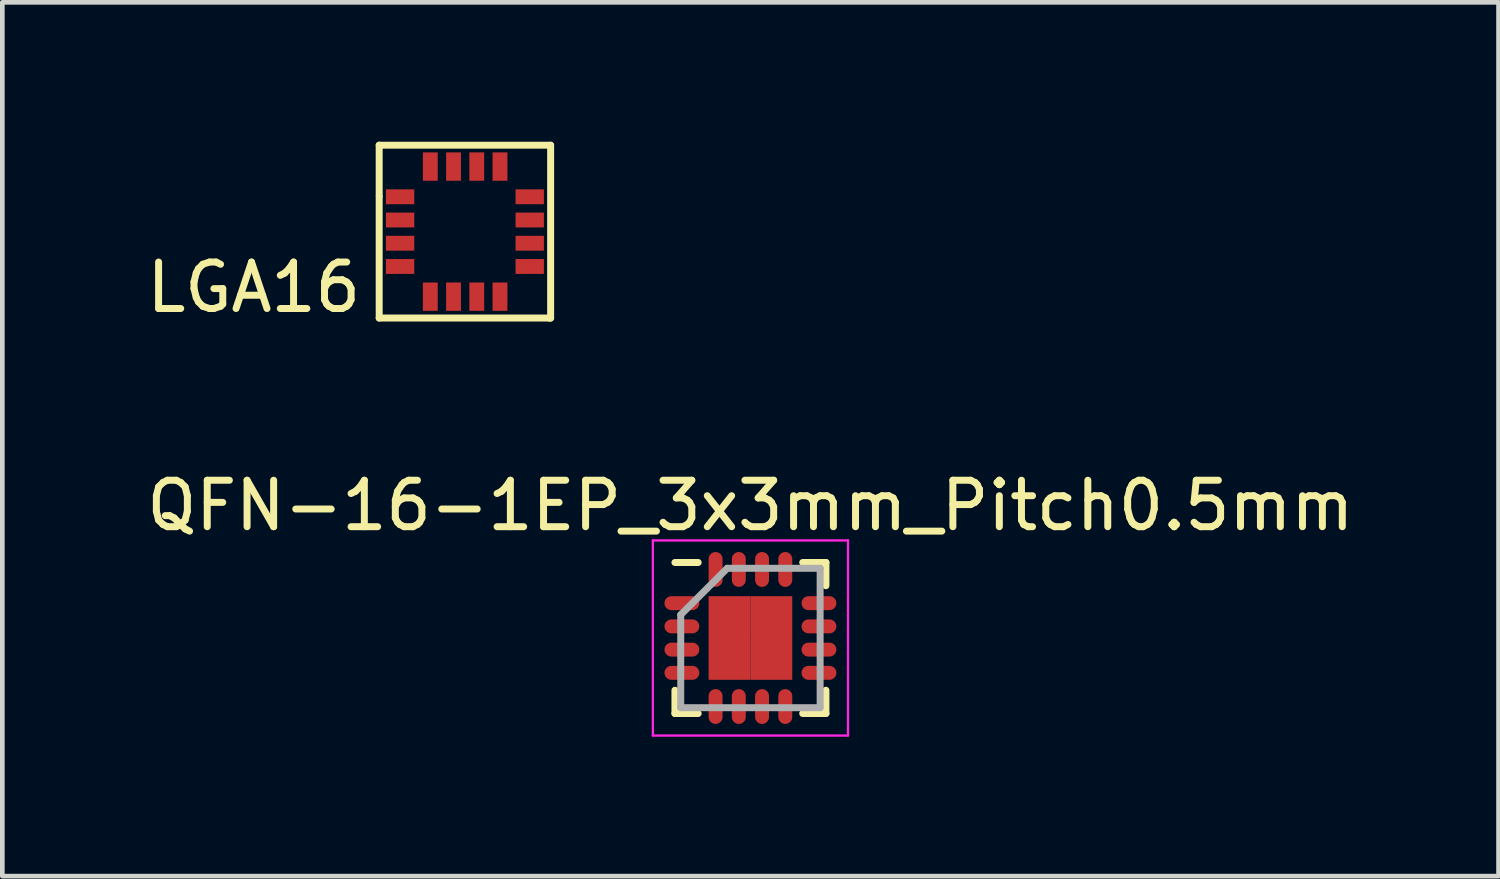
<source format=kicad_pcb>
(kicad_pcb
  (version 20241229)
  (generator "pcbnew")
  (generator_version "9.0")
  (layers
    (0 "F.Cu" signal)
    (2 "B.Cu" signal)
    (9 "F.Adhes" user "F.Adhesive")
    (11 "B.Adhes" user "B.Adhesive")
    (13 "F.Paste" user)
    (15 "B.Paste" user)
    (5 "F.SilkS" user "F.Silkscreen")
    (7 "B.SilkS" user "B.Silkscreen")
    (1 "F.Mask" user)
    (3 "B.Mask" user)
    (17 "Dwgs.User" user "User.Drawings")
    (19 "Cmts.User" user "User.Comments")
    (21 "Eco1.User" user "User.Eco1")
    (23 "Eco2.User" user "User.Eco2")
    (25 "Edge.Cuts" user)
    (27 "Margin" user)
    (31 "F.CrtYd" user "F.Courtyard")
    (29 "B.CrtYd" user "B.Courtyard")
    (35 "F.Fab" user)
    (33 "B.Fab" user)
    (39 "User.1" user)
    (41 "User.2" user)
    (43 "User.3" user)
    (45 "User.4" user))
  (footprint "LGA16"
    (layer "F.Cu")
    (at 5.561 1.185)
    (property "Reference" "LGA16" (at -3.15 1.95 0) (layer "F.SilkS") (effects (font (size 1 1) (thickness 0.15))))
    (attr through_hole)
    (fp_line (start -0.45 -1.11) (end -0.45 -0.02) (stroke (width 0.15) (type solid)) (layer "F.SilkS"))
    (fp_line (start -0.45 0) (end -0.45 2.61) (stroke (width 0.15) (type solid)) (layer "F.SilkS"))
    (fp_line (start -0.45 2.61) (end 3.21 2.61) (stroke (width 0.15) (type solid)) (layer "F.SilkS"))
    (fp_line (start 3.21 2.61) (end 3.24 2.61) (stroke (width 0.15) (type solid)) (layer "F.SilkS"))
    (fp_line (start 3.24 -1.11) (end -0.45 -1.11) (stroke (width 0.15) (type solid)) (layer "F.SilkS"))
    (fp_line (start 3.24 2.61) (end 3.24 -1.11) (stroke (width 0.15) (type solid)) (layer "F.SilkS"))
    (pad "1" smd rect (at 0 0) (size 0.61 0.32) (layers "F.Cu" "F.Mask" "F.Paste"))
    (pad "2" smd rect (at 0 0.5) (size 0.61 0.32) (layers "F.Cu" "F.Mask" "F.Paste"))
    (pad "3" smd rect (at 0 1) (size 0.61 0.32) (layers "F.Cu" "F.Mask" "F.Paste"))
    (pad "4" smd rect (at 0 1.5) (size 0.61 0.32) (layers "F.Cu" "F.Mask" "F.Paste"))
    (pad "5" smd rect (at 0.65 2.15) (size 0.32 0.61) (layers "F.Cu" "F.Mask" "F.Paste"))
    (pad "6" smd rect (at 1.15 2.15) (size 0.32 0.61) (layers "F.Cu" "F.Mask" "F.Paste"))
    (pad "7" smd rect (at 1.65 2.15) (size 0.32 0.61) (layers "F.Cu" "F.Mask" "F.Paste"))
    (pad "8" smd rect (at 2.15 2.15) (size 0.32 0.61) (layers "F.Cu" "F.Mask" "F.Paste"))
    (pad "9" smd rect (at 2.79 1.5) (size 0.61 0.32) (layers "F.Cu" "F.Mask" "F.Paste"))
    (pad "10" smd rect (at 2.79 1) (size 0.61 0.32) (layers "F.Cu" "F.Mask" "F.Paste"))
    (pad "11" smd rect (at 2.79 0.5) (size 0.61 0.32) (layers "F.Cu" "F.Mask" "F.Paste"))
    (pad "12" smd rect (at 2.79 0) (size 0.61 0.32) (layers "F.Cu" "F.Mask" "F.Paste"))
    (pad "13" smd rect (at 2.15 -0.65) (size 0.32 0.61) (layers "F.Cu" "F.Mask" "F.Paste"))
    (pad "14" smd rect (at 1.65 -0.65) (size 0.32 0.61) (layers "F.Cu" "F.Mask" "F.Paste"))
    (pad "15" smd rect (at 1.15 -0.65) (size 0.32 0.61) (layers "F.Cu" "F.Mask" "F.Paste"))
    (pad "16" smd rect (at 0.65 -0.65) (size 0.32 0.61) (layers "F.Cu" "F.Mask" "F.Paste")))
  (footprint "QFN-16-1EP_3x3mm_Pitch0.5mm"
    (layer "F.Cu")
    (at 13.101 10.681)
    (property "Reference" "QFN-16-1EP_3x3mm_Pitch0.5mm" (at 0 -2.85 0) (layer "F.SilkS") (effects (font (size 1 1) (thickness 0.15))))
    (attr smd)
    (fp_line (start -1.625 -1.625) (end -1.125 -1.625) (stroke (width 0.15) (type solid)) (layer "F.SilkS"))
    (fp_line (start -1.625 1.625) (end -1.625 1.125) (stroke (width 0.15) (type solid)) (layer "F.SilkS"))
    (fp_line (start -1.625 1.625) (end -1.125 1.625) (stroke (width 0.15) (type solid)) (layer "F.SilkS"))
    (fp_line (start 1.625 -1.625) (end 1.125 -1.625) (stroke (width 0.15) (type solid)) (layer "F.SilkS"))
    (fp_line (start 1.625 -1.625) (end 1.625 -1.125) (stroke (width 0.15) (type solid)) (layer "F.SilkS"))
    (fp_line (start 1.625 1.625) (end 1.125 1.625) (stroke (width 0.15) (type solid)) (layer "F.SilkS"))
    (fp_line (start 1.625 1.625) (end 1.625 1.125) (stroke (width 0.15) (type solid)) (layer "F.SilkS"))
    (fp_line (start -2.1 -2.1) (end -2.1 2.1) (stroke (width 0.05) (type solid)) (layer "F.CrtYd"))
    (fp_line (start -2.1 -2.1) (end 2.1 -2.1) (stroke (width 0.05) (type solid)) (layer "F.CrtYd"))
    (fp_line (start -2.1 2.1) (end 2.1 2.1) (stroke (width 0.05) (type solid)) (layer "F.CrtYd"))
    (fp_line (start 2.1 -2.1) (end 2.1 2.1) (stroke (width 0.05) (type solid)) (layer "F.CrtYd"))
    (fp_line (start -1.5 -0.5) (end -0.5 -1.5) (stroke (width 0.15) (type solid)) (layer "F.Fab"))
    (fp_line (start -1.5 1.5) (end -1.5 -0.5) (stroke (width 0.15) (type solid)) (layer "F.Fab"))
    (fp_line (start -0.5 -1.5) (end 1.5 -1.5) (stroke (width 0.15) (type solid)) (layer "F.Fab"))
    (fp_line (start 1.5 -1.5) (end 1.5 1.5) (stroke (width 0.15) (type solid)) (layer "F.Fab"))
    (fp_line (start 1.5 1.5) (end -1.5 1.5) (stroke (width 0.15) (type solid)) (layer "F.Fab"))
    (pad "1" smd oval (at -1.475 -0.75) (size 0.75 0.3) (layers "F.Cu" "F.Mask" "F.Paste"))
    (pad "2" smd oval (at -1.475 -0.25) (size 0.75 0.3) (layers "F.Cu" "F.Mask" "F.Paste"))
    (pad "3" smd oval (at -1.475 0.25) (size 0.75 0.3) (layers "F.Cu" "F.Mask" "F.Paste"))
    (pad "4" smd oval (at -1.475 0.75) (size 0.75 0.3) (layers "F.Cu" "F.Mask" "F.Paste"))
    (pad "5" smd oval (at -0.75 1.475 90) (size 0.75 0.3) (layers "F.Cu" "F.Mask" "F.Paste"))
    (pad "6" smd oval (at -0.25 1.475 90) (size 0.75 0.3) (layers "F.Cu" "F.Mask" "F.Paste"))
    (pad "7" smd oval (at 0.25 1.475 90) (size 0.75 0.3) (layers "F.Cu" "F.Mask" "F.Paste"))
    (pad "8" smd oval (at 0.75 1.475 90) (size 0.75 0.3) (layers "F.Cu" "F.Mask" "F.Paste"))
    (pad "9" smd oval (at 1.475 0.75) (size 0.75 0.3) (layers "F.Cu" "F.Mask" "F.Paste"))
    (pad "10" smd oval (at 1.475 0.25) (size 0.75 0.3) (layers "F.Cu" "F.Mask" "F.Paste"))
    (pad "11" smd oval (at 1.475 -0.25) (size 0.75 0.3) (layers "F.Cu" "F.Mask" "F.Paste"))
    (pad "12" smd oval (at 1.475 -0.75) (size 0.75 0.3) (layers "F.Cu" "F.Mask" "F.Paste"))
    (pad "13" smd oval (at 0.75 -1.475 90) (size 0.75 0.3) (layers "F.Cu" "F.Mask" "F.Paste"))
    (pad "14" smd oval (at 0.25 -1.475 90) (size 0.75 0.3) (layers "F.Cu" "F.Mask" "F.Paste"))
    (pad "15" smd oval (at -0.25 -1.475 90) (size 0.75 0.3) (layers "F.Cu" "F.Mask" "F.Paste"))
    (pad "16" smd oval (at -0.75 -1.475 90) (size 0.75 0.3) (layers "F.Cu" "F.Mask" "F.Paste"))
    (pad "EP" smd rect (at -0.45 -0.45) (size 0.9 0.9) (layers "F.Cu" "F.Mask" "F.Paste"))
    (pad "EP" smd rect (at -0.45 0.45) (size 0.9 0.9) (layers "F.Cu" "F.Mask" "F.Paste"))
    (pad "EP" smd rect (at 0.45 -0.45) (size 0.9 0.9) (layers "F.Cu" "F.Mask" "F.Paste"))
    (pad "EP" smd rect (at 0.45 0.45) (size 0.9 0.9) (layers "F.Cu" "F.Mask" "F.Paste")))
  (gr_rect
    (start -3 -3)
    (end 29.202 15.806)
    (stroke (width 0.1) (type default))
    (fill no)
    (layer "Edge.Cuts")))
</source>
